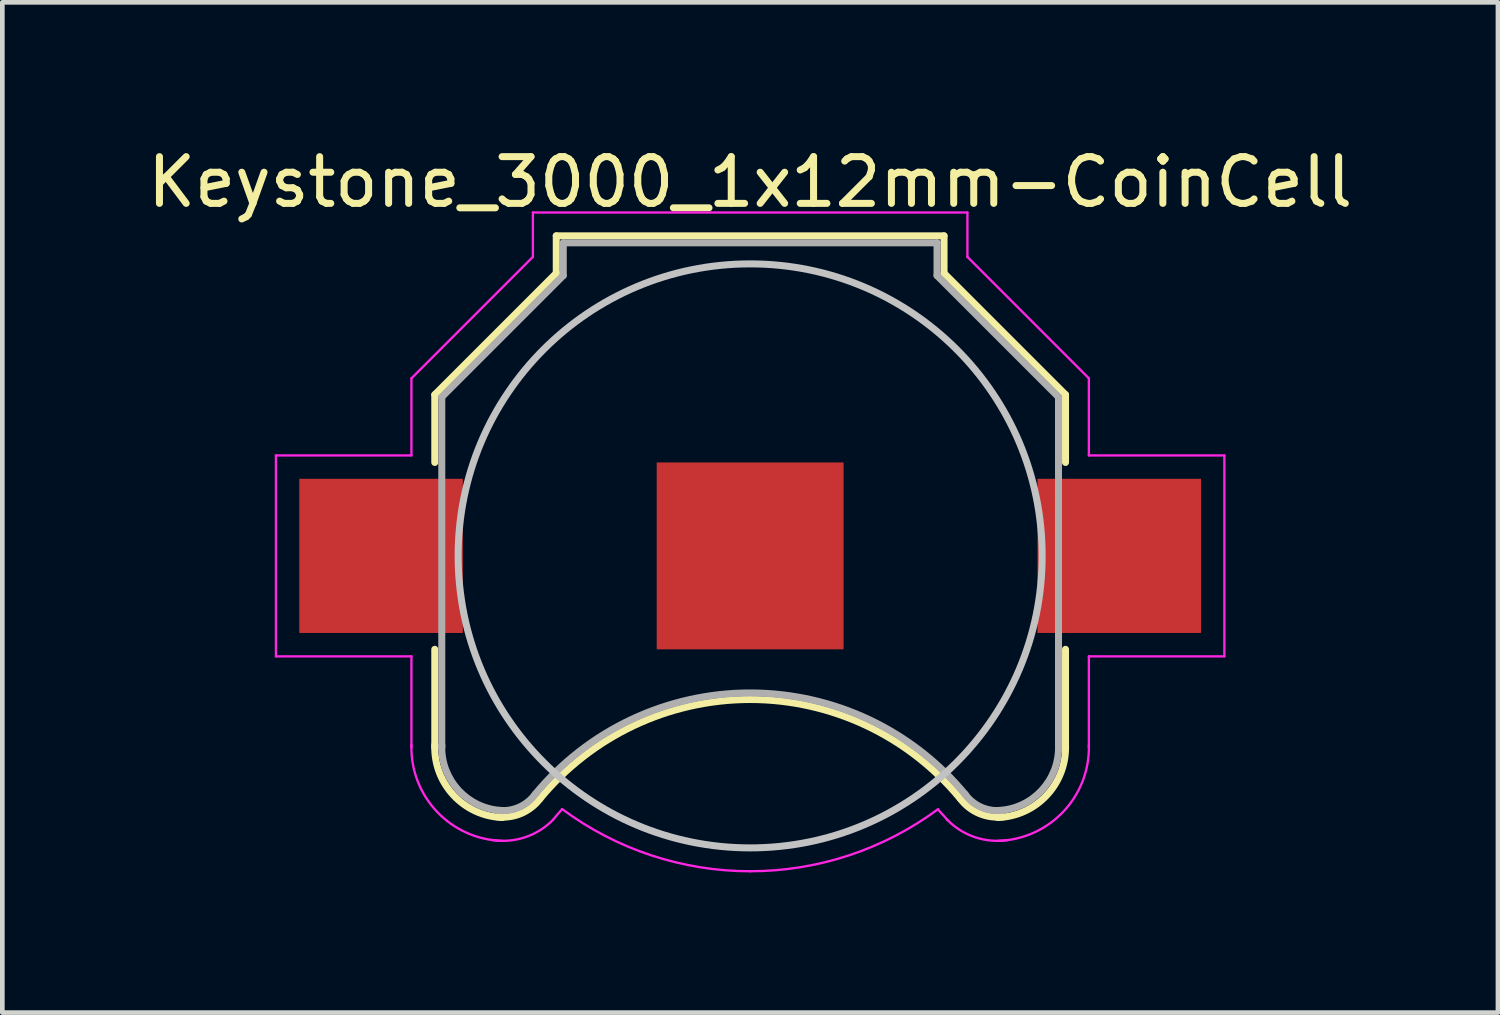
<source format=kicad_pcb>
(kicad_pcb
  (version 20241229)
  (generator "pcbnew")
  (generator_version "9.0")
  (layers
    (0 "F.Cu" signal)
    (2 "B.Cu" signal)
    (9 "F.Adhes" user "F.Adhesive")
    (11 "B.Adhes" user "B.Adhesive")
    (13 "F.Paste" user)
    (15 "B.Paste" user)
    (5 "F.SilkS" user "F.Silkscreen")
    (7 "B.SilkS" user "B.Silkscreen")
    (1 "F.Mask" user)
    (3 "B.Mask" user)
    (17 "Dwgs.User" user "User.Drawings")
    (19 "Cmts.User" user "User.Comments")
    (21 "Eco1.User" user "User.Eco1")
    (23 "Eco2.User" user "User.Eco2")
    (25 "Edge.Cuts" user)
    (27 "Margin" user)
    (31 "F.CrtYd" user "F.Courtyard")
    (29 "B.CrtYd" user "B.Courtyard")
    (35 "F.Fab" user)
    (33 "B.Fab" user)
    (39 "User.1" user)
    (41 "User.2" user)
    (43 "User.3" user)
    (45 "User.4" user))
  (footprint "Keystone_3000_1x12mm-CoinCell"
    (layer "F.Cu")
    (at 13.006 8.848)
    (property "Reference" "Keystone_3000_1x12mm-CoinCell" (at 0 -8 0) (layer "F.SilkS") (effects (font (size 1 1) (thickness 0.15))))
    (attr smd)
    (fp_line (start -6.75 -3.45) (end -4.15 -6.05) (stroke (width 0.15) (type solid)) (layer "F.SilkS"))
    (fp_line (start -6.75 -2) (end -6.75 -3.45) (stroke (width 0.15) (type solid)) (layer "F.SilkS"))
    (fp_line (start -6.75 2) (end -6.75 4.1) (stroke (width 0.15) (type solid)) (layer "F.SilkS"))
    (fp_line (start -4.15 -6.85) (end 4.15 -6.85) (stroke (width 0.15) (type solid)) (layer "F.SilkS"))
    (fp_line (start -4.15 -6.05) (end -4.15 -6.85) (stroke (width 0.15) (type solid)) (layer "F.SilkS"))
    (fp_line (start 4.15 -6.85) (end 4.15 -6.05) (stroke (width 0.15) (type solid)) (layer "F.SilkS"))
    (fp_line (start 4.15 -6.05) (end 6.75 -3.45) (stroke (width 0.15) (type solid)) (layer "F.SilkS"))
    (fp_line (start 6.75 -3.45) (end 6.75 -2) (stroke (width 0.15) (type solid)) (layer "F.SilkS"))
    (fp_line (start 6.75 2) (end 6.75 4.1) (stroke (width 0.15) (type solid)) (layer "F.SilkS"))
    (fp_arc (start -5.3 5.6) (mid -6.346016 5.125305) (end -6.75 4.05) (stroke (width 0.15) (type solid)) (layer "F.SilkS"))
    (fp_arc (start -4.5 5.2) (mid -4.90584 5.514615) (end -5.414615 5.58416) (stroke (width 0.15) (type solid)) (layer "F.SilkS"))
    (fp_arc (start -4.5 5.2) (mid -0.007341 3.0742) (end 4.490661 5.188671) (stroke (width 0.15) (type solid)) (layer "F.SilkS"))
    (fp_arc (start 5.414615 5.58416) (mid 4.90584 5.514615) (end 4.5 5.2) (stroke (width 0.15) (type solid)) (layer "F.SilkS"))
    (fp_arc (start 6.75 4.05) (mid 6.346016 5.125305) (end 5.3 5.6) (stroke (width 0.15) (type solid)) (layer "F.SilkS"))
    (fp_circle (center 0 0) (end 0 6.25) (stroke (width 0.15) (type solid)) (fill no) (layer "Dwgs.User"))
    (fp_line (start -10.15 -2.15) (end -10.15 2.15) (stroke (width 0.05) (type solid)) (layer "F.CrtYd"))
    (fp_line (start -10.15 2.15) (end -7.25 2.15) (stroke (width 0.05) (type solid)) (layer "F.CrtYd"))
    (fp_line (start -7.25 -3.8) (end -4.65 -6.4) (stroke (width 0.05) (type solid)) (layer "F.CrtYd"))
    (fp_line (start -7.25 -2.15) (end -10.15 -2.15) (stroke (width 0.05) (type solid)) (layer "F.CrtYd"))
    (fp_line (start -7.25 -2.15) (end -7.25 -3.8) (stroke (width 0.05) (type solid)) (layer "F.CrtYd"))
    (fp_line (start -7.25 2.15) (end -7.25 4.1) (stroke (width 0.05) (type solid)) (layer "F.CrtYd"))
    (fp_line (start -4.65 -7.35) (end 4.65 -7.35) (stroke (width 0.05) (type solid)) (layer "F.CrtYd"))
    (fp_line (start -4.65 -6.4) (end -4.65 -7.35) (stroke (width 0.05) (type solid)) (layer "F.CrtYd"))
    (fp_line (start 4.65 -6.4) (end 4.65 -7.35) (stroke (width 0.05) (type solid)) (layer "F.CrtYd"))
    (fp_line (start 7.25 -3.8) (end 4.65 -6.4) (stroke (width 0.05) (type solid)) (layer "F.CrtYd"))
    (fp_line (start 7.25 -2.15) (end 7.25 -3.8) (stroke (width 0.05) (type solid)) (layer "F.CrtYd"))
    (fp_line (start 7.25 -2.15) (end 10.15 -2.15) (stroke (width 0.05) (type solid)) (layer "F.CrtYd"))
    (fp_line (start 7.25 2.15) (end 7.25 4.1) (stroke (width 0.05) (type solid)) (layer "F.CrtYd"))
    (fp_line (start 10.15 -2.15) (end 10.15 2.15) (stroke (width 0.05) (type solid)) (layer "F.CrtYd"))
    (fp_line (start 10.15 2.15) (end 7.25 2.15) (stroke (width 0.05) (type solid)) (layer "F.CrtYd"))
    (fp_arc (start -5.3 6.1) (mid -6.699569 5.478858) (end -7.25 4.05) (stroke (width 0.05) (type solid)) (layer "F.CrtYd"))
    (fp_arc (start -4.22 5.65) (mid -4.814553 6.021742) (end -5.513125 6.082436) (stroke (width 0.05) (type solid)) (layer "F.CrtYd"))
    (fp_arc (start -4.22 5.65) (mid -4.123743 5.534157) (end -4.024388 5.42096) (stroke (width 0.05) (type solid)) (layer "F.CrtYd"))
    (fp_arc (start 0 6.75) (mid -2.119449 6.408622) (end -4.024518 5.419018) (stroke (width 0.05) (type solid)) (layer "F.CrtYd"))
    (fp_arc (start 4.024518 5.419018) (mid 2.119449 6.408622) (end 0 6.75) (stroke (width 0.05) (type solid)) (layer "F.CrtYd"))
    (fp_arc (start 4.02471 5.432858) (mid 4.123824 5.540108) (end 4.22 5.65) (stroke (width 0.05) (type solid)) (layer "F.CrtYd"))
    (fp_arc (start 5.513125 6.082436) (mid 4.814553 6.021742) (end 4.22 5.65) (stroke (width 0.05) (type solid)) (layer "F.CrtYd"))
    (fp_arc (start 7.25 4.05) (mid 6.699569 5.478858) (end 5.3 6.1) (stroke (width 0.05) (type solid)) (layer "F.CrtYd"))
    (fp_line (start -6.6 -3.4) (end -6.6 4.1) (stroke (width 0.15) (type solid)) (layer "F.Fab"))
    (fp_line (start -4 -6.7) (end -4 -6) (stroke (width 0.15) (type solid)) (layer "F.Fab"))
    (fp_line (start -4 -6.7) (end 4 -6.7) (stroke (width 0.15) (type solid)) (layer "F.Fab"))
    (fp_line (start -4 -6) (end -6.6 -3.4) (stroke (width 0.15) (type solid)) (layer "F.Fab"))
    (fp_line (start 4 -6.7) (end 4 -6) (stroke (width 0.15) (type solid)) (layer "F.Fab"))
    (fp_line (start 4 -6) (end 6.6 -3.4) (stroke (width 0.15) (type solid)) (layer "F.Fab"))
    (fp_line (start 6.6 -3.4) (end 6.6 4.1) (stroke (width 0.15) (type solid)) (layer "F.Fab"))
    (fp_arc (start -5.3 5.45) (mid -6.239949 5.019239) (end -6.6 4.05) (stroke (width 0.15) (type solid)) (layer "F.Fab"))
    (fp_arc (start -4.6 5.1) (mid -4.942443 5.378013) (end -5.378013 5.447558) (stroke (width 0.15) (type solid)) (layer "F.Fab"))
    (fp_arc (start -4.6 5.1) (mid 0.006214 2.93343) (end 4.607905 5.109589) (stroke (width 0.15) (type solid)) (layer "F.Fab"))
    (fp_arc (start 5.378013 5.447558) (mid 4.942442 5.378013) (end 4.6 5.1) (stroke (width 0.15) (type solid)) (layer "F.Fab"))
    (fp_arc (start 6.6 4.05) (mid 6.239949 5.019239) (end 5.3 5.45) (stroke (width 0.15) (type solid)) (layer "F.Fab"))
    (pad "1" smd rect (at -7.9 0) (size 3.5 3.3) (layers "F.Cu" "F.Mask" "F.Paste"))
    (pad "1" smd rect (at 7.9 0) (size 3.5 3.3) (layers "F.Cu" "F.Mask" "F.Paste"))
    (pad "2" smd rect (at 0 0) (size 4 4) (layers "F.Cu" "F.Mask" "F.Paste")))
  (gr_rect
    (start -3 -3)
    (end 29.012 18.623)
    (stroke (width 0.1) (type default))
    (fill no)
    (layer "Edge.Cuts")))
</source>
